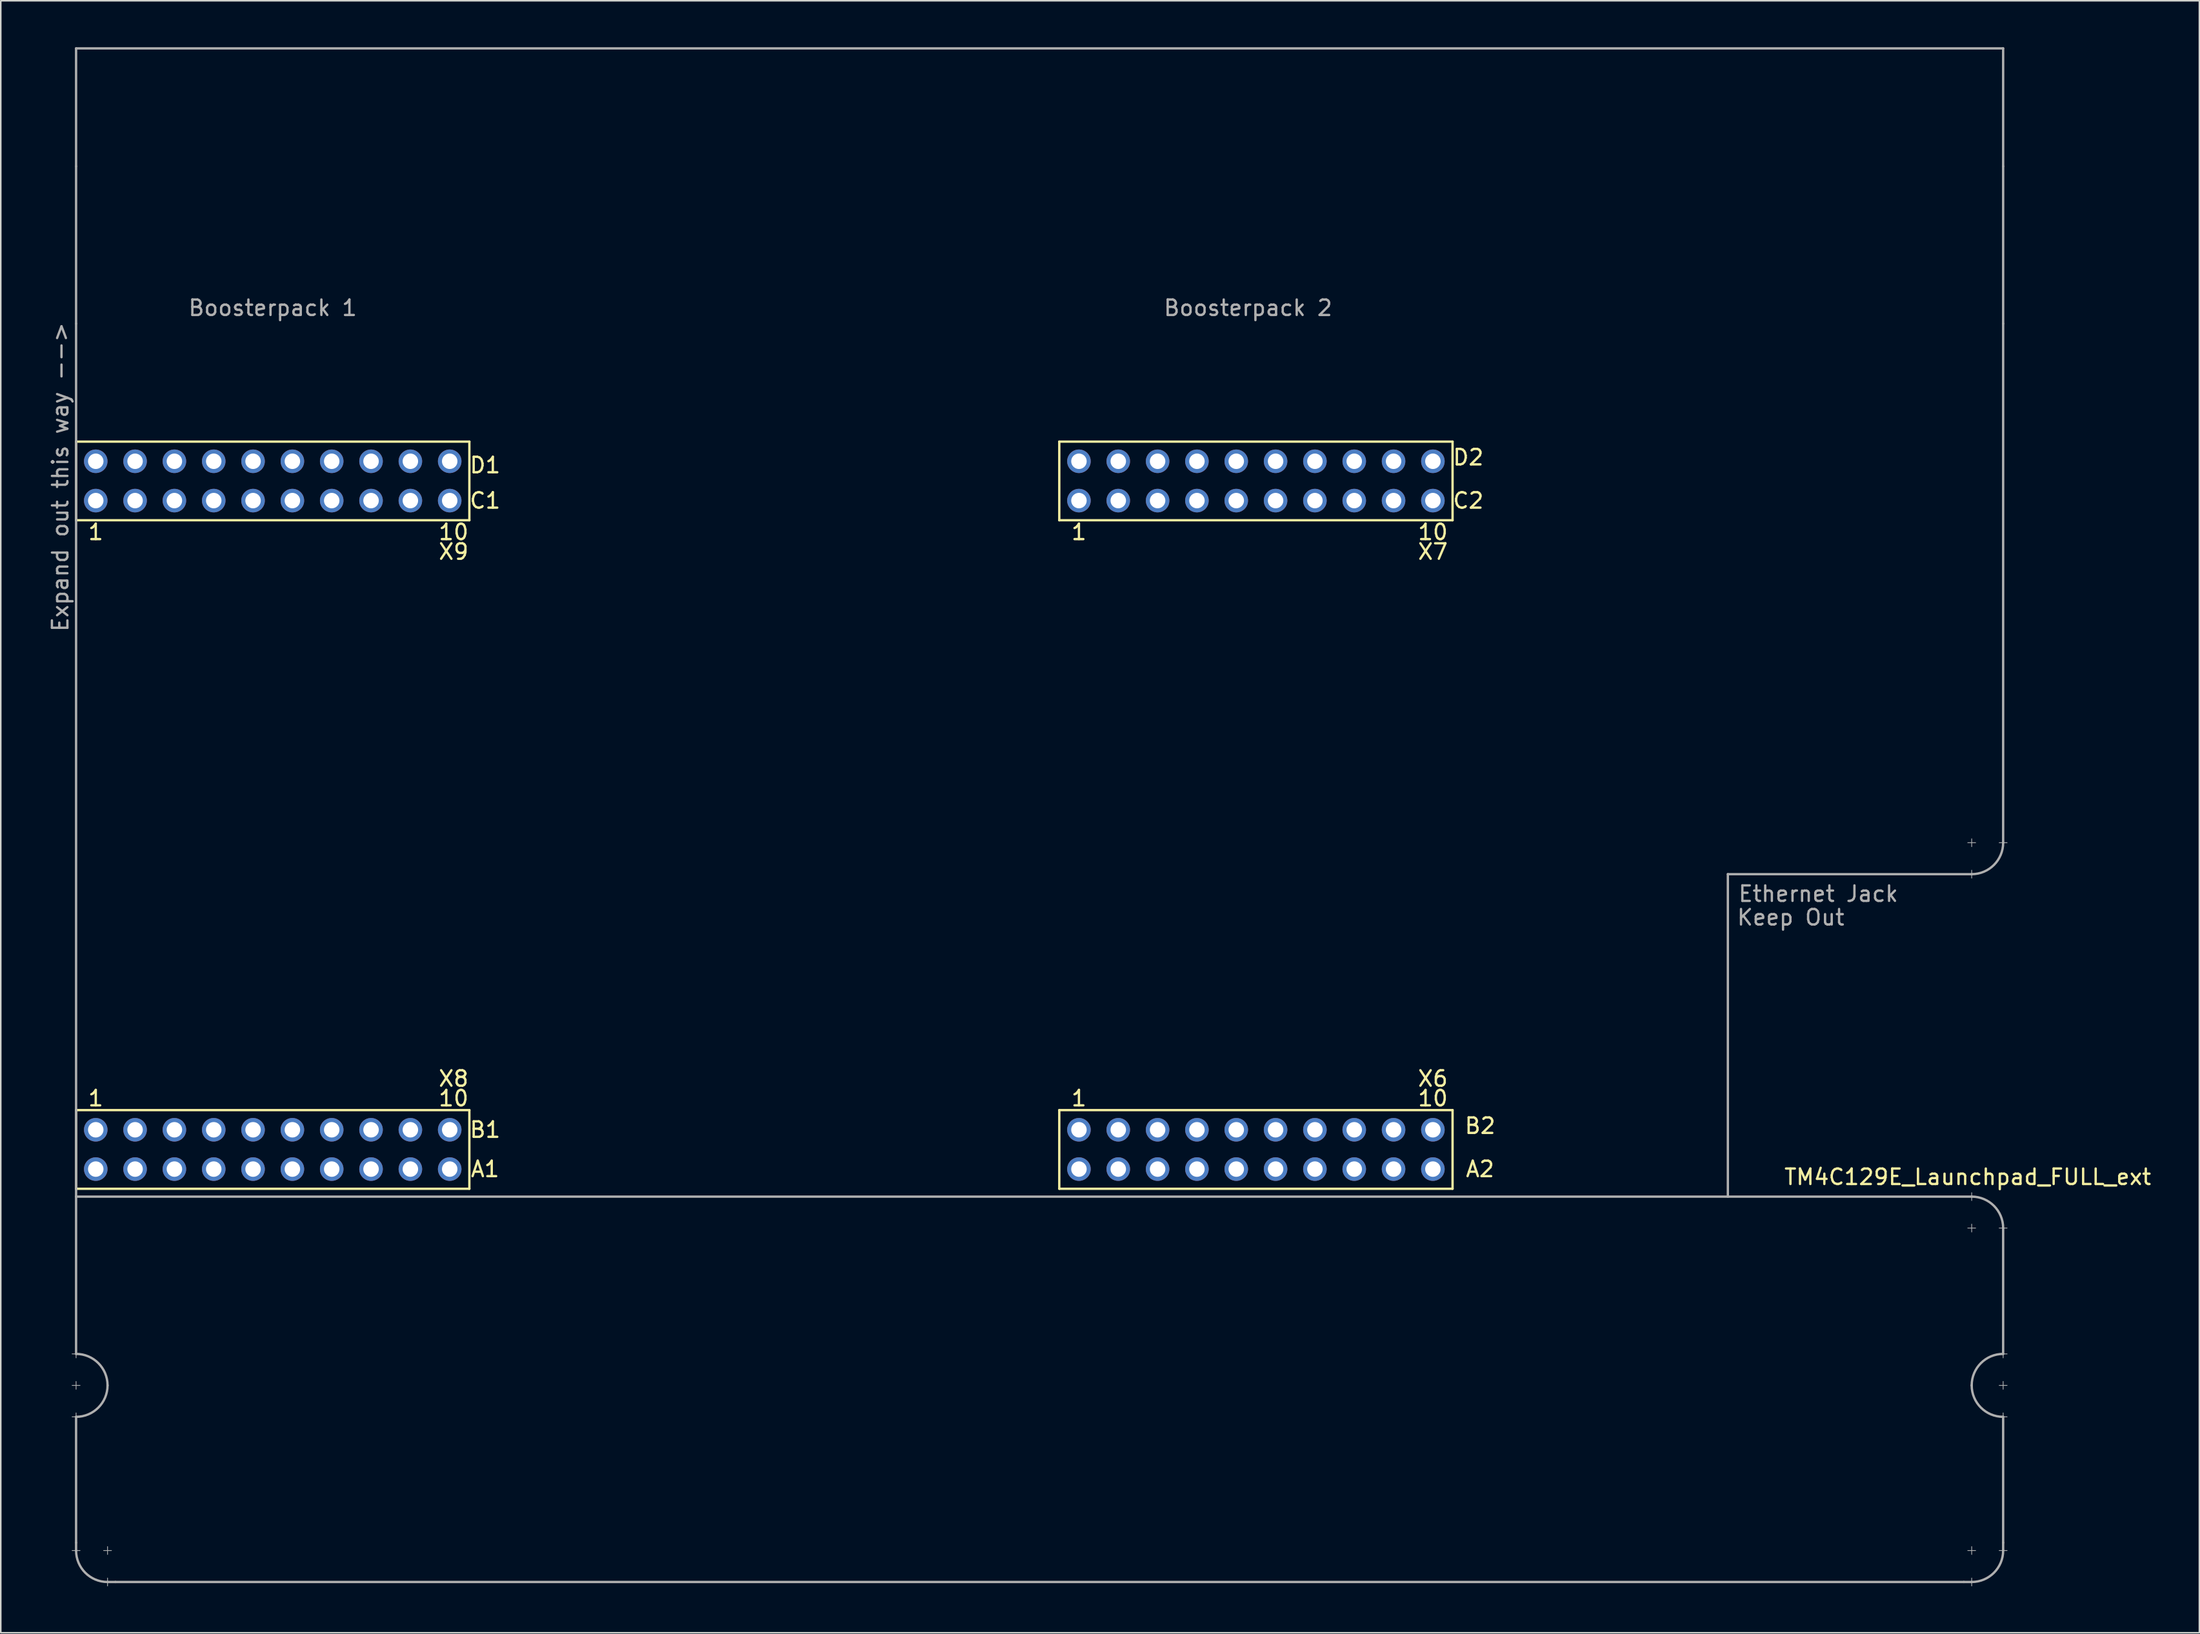
<source format=kicad_pcb>
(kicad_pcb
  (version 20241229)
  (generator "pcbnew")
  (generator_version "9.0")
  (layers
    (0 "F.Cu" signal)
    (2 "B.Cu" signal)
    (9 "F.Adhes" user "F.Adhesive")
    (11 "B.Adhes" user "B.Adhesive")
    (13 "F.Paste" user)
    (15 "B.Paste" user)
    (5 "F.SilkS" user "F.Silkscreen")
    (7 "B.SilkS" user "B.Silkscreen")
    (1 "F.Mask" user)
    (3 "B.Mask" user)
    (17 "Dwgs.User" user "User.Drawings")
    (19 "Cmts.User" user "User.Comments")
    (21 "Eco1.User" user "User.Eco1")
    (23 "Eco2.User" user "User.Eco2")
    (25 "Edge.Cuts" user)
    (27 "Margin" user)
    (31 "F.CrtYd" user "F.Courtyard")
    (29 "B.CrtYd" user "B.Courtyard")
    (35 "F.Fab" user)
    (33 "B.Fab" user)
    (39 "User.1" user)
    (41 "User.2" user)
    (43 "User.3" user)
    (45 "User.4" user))
  (footprint "TM4C129E_Launchpad_FULL_ext"
    (layer "F.Cu")
    (at 1.864 73.735)
    (property "Reference" "TM4C129E_Launchpad_FULL_ext" (at 122.174 -0.762 180) (layer "F.SilkS") (effects (font (size 1 1) (thickness 0.15))))
    (attr through_hole)
    (fp_line (start 0 -48.26) (end 0 -43.18) (stroke (width 0.15) (type solid)) (layer "F.SilkS"))
    (fp_line (start 0 -43.18) (end 25.4 -43.18) (stroke (width 0.15) (type solid)) (layer "F.SilkS"))
    (fp_line (start 0 -5.08) (end 0 0) (stroke (width 0.15) (type solid)) (layer "F.SilkS"))
    (fp_line (start 0 0) (end 25.4 0) (stroke (width 0.15) (type solid)) (layer "F.SilkS"))
    (fp_line (start 25.4 -48.26) (end 0 -48.26) (stroke (width 0.15) (type solid)) (layer "F.SilkS"))
    (fp_line (start 25.4 -43.18) (end 25.4 -48.26) (stroke (width 0.15) (type solid)) (layer "F.SilkS"))
    (fp_line (start 25.4 -5.08) (end 0 -5.08) (stroke (width 0.15) (type solid)) (layer "F.SilkS"))
    (fp_line (start 25.4 0) (end 25.4 -5.08) (stroke (width 0.15) (type solid)) (layer "F.SilkS"))
    (fp_line (start 63.5 -48.26) (end 63.5 -43.18) (stroke (width 0.15) (type solid)) (layer "F.SilkS"))
    (fp_line (start 63.5 -43.18) (end 88.9 -43.18) (stroke (width 0.15) (type solid)) (layer "F.SilkS"))
    (fp_line (start 63.5 -5.08) (end 63.5 0) (stroke (width 0.15) (type solid)) (layer "F.SilkS"))
    (fp_line (start 63.5 0) (end 88.9 0) (stroke (width 0.15) (type solid)) (layer "F.SilkS"))
    (fp_line (start 88.9 -48.26) (end 63.5 -48.26) (stroke (width 0.15) (type solid)) (layer "F.SilkS"))
    (fp_line (start 88.9 -43.18) (end 88.9 -48.26) (stroke (width 0.15) (type solid)) (layer "F.SilkS"))
    (fp_line (start 88.9 -5.08) (end 63.5 -5.08) (stroke (width 0.15) (type solid)) (layer "F.SilkS"))
    (fp_line (start 88.9 0) (end 88.9 -5.08) (stroke (width 0.15) (type solid)) (layer "F.SilkS"))
    (fp_line (start -0.254 10.668) (end 0.254 10.668) (stroke (width 0.05) (type solid)) (layer "F.Fab"))
    (fp_line (start -0.254 12.7) (end 0.254 12.7) (stroke (width 0.05) (type solid)) (layer "F.Fab"))
    (fp_line (start -0.254 14.732) (end 0.254 14.732) (stroke (width 0.05) (type solid)) (layer "F.Fab"))
    (fp_line (start 0 -73.66) (end 124.46 -73.66) (stroke (width 0.15) (type solid)) (layer "F.Fab"))
    (fp_line (start 0 -66.04) (end 0 -73.66) (stroke (width 0.15) (type solid)) (layer "F.Fab"))
    (fp_line (start 0 -55.88) (end 0 -66.04) (stroke (width 0.15) (type solid)) (layer "F.Fab"))
    (fp_line (start 0 -55.88) (end 0 0.508) (stroke (width 0.15) (type solid)) (layer "F.Fab"))
    (fp_line (start 0 0.508) (end 122.428 0.508) (stroke (width 0.15) (type solid)) (layer "F.Fab"))
    (fp_line (start 0 10.414) (end 0 10.922) (stroke (width 0.05) (type solid)) (layer "F.Fab"))
    (fp_line (start 0 10.668) (end 0 0.508) (stroke (width 0.15) (type solid)) (layer "F.Fab"))
    (fp_line (start 0 12.446) (end 0 12.954) (stroke (width 0.05) (type solid)) (layer "F.Fab"))
    (fp_line (start 0 14.478) (end 0 14.986) (stroke (width 0.05) (type solid)) (layer "F.Fab"))
    (fp_line (start 0 22.86) (end 0 14.732) (stroke (width 0.15) (type solid)) (layer "F.Fab"))
    (fp_line (start 0 22.86) (end 0 23.368) (stroke (width 0.15) (type solid)) (layer "F.Fab"))
    (fp_line (start 0.254 23.368) (end -0.254 23.368) (stroke (width 0.05) (type solid)) (layer "F.Fab"))
    (fp_line (start 1.778 23.368) (end 2.286 23.368) (stroke (width 0.05) (type solid)) (layer "F.Fab"))
    (fp_line (start 2.032 23.114) (end 2.032 23.622) (stroke (width 0.05) (type solid)) (layer "F.Fab"))
    (fp_line (start 2.032 25.146) (end 2.032 25.654) (stroke (width 0.05) (type solid)) (layer "F.Fab"))
    (fp_line (start 2.032 25.4) (end 2.54 25.4) (stroke (width 0.15) (type solid)) (layer "F.Fab"))
    (fp_line (start 2.54 25.4) (end 121.92 25.4) (stroke (width 0.15) (type solid)) (layer "F.Fab"))
    (fp_line (start 106.68 -20.32) (end 106.68 0.508) (stroke (width 0.15) (type solid)) (layer "F.Fab"))
    (fp_line (start 121.92 25.4) (end 122.428 25.4) (stroke (width 0.15) (type solid)) (layer "F.Fab"))
    (fp_line (start 122.174 -22.352) (end 122.682 -22.352) (stroke (width 0.05) (type solid)) (layer "F.Fab"))
    (fp_line (start 122.174 2.54) (end 122.682 2.54) (stroke (width 0.05) (type solid)) (layer "F.Fab"))
    (fp_line (start 122.174 23.368) (end 122.682 23.368) (stroke (width 0.05) (type solid)) (layer "F.Fab"))
    (fp_line (start 122.428 -22.606) (end 122.428 -22.098) (stroke (width 0.05) (type solid)) (layer "F.Fab"))
    (fp_line (start 122.428 -20.574) (end 122.428 -20.066) (stroke (width 0.05) (type solid)) (layer "F.Fab"))
    (fp_line (start 122.428 -20.32) (end 106.68 -20.32) (stroke (width 0.15) (type solid)) (layer "F.Fab"))
    (fp_line (start 122.428 0.254) (end 122.428 0.762) (stroke (width 0.05) (type solid)) (layer "F.Fab"))
    (fp_line (start 122.428 2.286) (end 122.428 2.794) (stroke (width 0.05) (type solid)) (layer "F.Fab"))
    (fp_line (start 122.428 23.114) (end 122.428 23.622) (stroke (width 0.05) (type solid)) (layer "F.Fab"))
    (fp_line (start 122.428 25.146) (end 122.428 25.654) (stroke (width 0.05) (type solid)) (layer "F.Fab"))
    (fp_line (start 124.206 -22.352) (end 124.714 -22.352) (stroke (width 0.05) (type solid)) (layer "F.Fab"))
    (fp_line (start 124.206 2.54) (end 124.714 2.54) (stroke (width 0.05) (type solid)) (layer "F.Fab"))
    (fp_line (start 124.206 10.668) (end 124.714 10.668) (stroke (width 0.05) (type solid)) (layer "F.Fab"))
    (fp_line (start 124.206 12.7) (end 124.714 12.7) (stroke (width 0.05) (type solid)) (layer "F.Fab"))
    (fp_line (start 124.206 14.732) (end 124.714 14.732) (stroke (width 0.05) (type solid)) (layer "F.Fab"))
    (fp_line (start 124.206 23.368) (end 124.714 23.368) (stroke (width 0.05) (type solid)) (layer "F.Fab"))
    (fp_line (start 124.46 -73.66) (end 124.46 -66.04) (stroke (width 0.15) (type solid)) (layer "F.Fab"))
    (fp_line (start 124.46 -66.04) (end 124.46 -55.88) (stroke (width 0.15) (type solid)) (layer "F.Fab"))
    (fp_line (start 124.46 -55.88) (end 124.46 -22.352) (stroke (width 0.15) (type solid)) (layer "F.Fab"))
    (fp_line (start 124.46 10.414) (end 124.46 10.922) (stroke (width 0.05) (type solid)) (layer "F.Fab"))
    (fp_line (start 124.46 10.668) (end 124.46 2.54) (stroke (width 0.15) (type solid)) (layer "F.Fab"))
    (fp_line (start 124.46 12.446) (end 124.46 12.954) (stroke (width 0.05) (type solid)) (layer "F.Fab"))
    (fp_line (start 124.46 14.478) (end 124.46 14.986) (stroke (width 0.05) (type solid)) (layer "F.Fab"))
    (fp_line (start 124.46 14.732) (end 124.46 22.86) (stroke (width 0.15) (type solid)) (layer "F.Fab"))
    (fp_line (start 124.46 23.343) (end 124.46 22.86) (stroke (width 0.15) (type solid)) (layer "F.Fab"))
    (fp_arc (start 0 10.668) (mid 1.436841 11.263159) (end 2.032 12.7) (stroke (width 0.15) (type solid)) (layer "F.Fab"))
    (fp_arc (start 2.032 12.7) (mid 1.436841 14.136841) (end 0 14.732) (stroke (width 0.15) (type solid)) (layer "F.Fab"))
    (fp_arc (start 2.032 25.4) (mid 0.595159 24.804841) (end 0 23.368) (stroke (width 0.15) (type solid)) (layer "F.Fab"))
    (fp_arc (start 122.428 0.508) (mid 123.864841 1.103159) (end 124.46 2.54) (stroke (width 0.15) (type solid)) (layer "F.Fab"))
    (fp_arc (start 122.428 12.7) (mid 123.023159 11.263159) (end 124.46 10.668) (stroke (width 0.15) (type solid)) (layer "F.Fab"))
    (fp_arc (start 124.46 -22.352) (mid 123.864841 -20.915159) (end 122.428 -20.32) (stroke (width 0.15) (type solid)) (layer "F.Fab"))
    (fp_arc (start 124.46 14.732) (mid 123.023159 14.136841) (end 122.428 12.7) (stroke (width 0.15) (type solid)) (layer "F.Fab"))
    (fp_arc (start 124.46 23.368) (mid 123.864841 24.804841) (end 122.428 25.4) (stroke (width 0.15) (type solid)) (layer "F.Fab"))
    (fp_text user "1" (at 64.77 -5.842 180) (layer "F.SilkS") (effects (font (size 1 1) (thickness 0.15))))
    (fp_text user "X8" (at 24.384 -7.112 180) (layer "F.SilkS") (effects (font (size 1 1) (thickness 0.15))))
    (fp_text user "B1" (at 26.416 -3.81 180) (layer "F.SilkS") (effects (font (size 1 1) (thickness 0.15))))
    (fp_text user "D1" (at 26.416 -46.736 180) (layer "F.SilkS") (effects (font (size 1 1) (thickness 0.15))))
    (fp_text user "B2" (at 90.678 -4.064 180) (layer "F.SilkS") (effects (font (size 1 1) (thickness 0.15))))
    (fp_text user "C2" (at 89.916 -44.45 180) (layer "F.SilkS") (effects (font (size 1 1) (thickness 0.15))))
    (fp_text user "A2" (at 90.678 -1.27 180) (layer "F.SilkS") (effects (font (size 1 1) (thickness 0.15))))
    (fp_text user "1" (at 1.27 -5.842 180) (layer "F.SilkS") (effects (font (size 1 1) (thickness 0.15))))
    (fp_text user "10" (at 24.384 -5.842 180) (layer "F.SilkS") (effects (font (size 1 1) (thickness 0.15))))
    (fp_text user "1" (at 64.77 -42.418 180) (layer "F.SilkS") (effects (font (size 1 1) (thickness 0.15))))
    (fp_text user "A1" (at 26.416 -1.27 180) (layer "F.SilkS") (effects (font (size 1 1) (thickness 0.15))))
    (fp_text user "10" (at 24.384 -42.418 180) (layer "F.SilkS") (effects (font (size 1 1) (thickness 0.15))))
    (fp_text user "10" (at 87.63 -5.842 180) (layer "F.SilkS") (effects (font (size 1 1) (thickness 0.15))))
    (fp_text user "C1" (at 26.416 -44.45 180) (layer "F.SilkS") (effects (font (size 1 1) (thickness 0.15))))
    (fp_text user "X6" (at 87.63 -7.112 0) (layer "F.SilkS") (effects (font (size 1 1) (thickness 0.15))))
    (fp_text user "X9" (at 24.384 -41.148 180) (layer "F.SilkS") (effects (font (size 1 1) (thickness 0.15))))
    (fp_text user "X7" (at 87.63 -41.148 180) (layer "F.SilkS") (effects (font (size 1 1) (thickness 0.15))))
    (fp_text user "10" (at 87.63 -42.418 180) (layer "F.SilkS") (effects (font (size 1 1) (thickness 0.15))))
    (fp_text user "1" (at 1.27 -42.418 180) (layer "F.SilkS") (effects (font (size 1 1) (thickness 0.15))))
    (fp_text user "D2" (at 89.916 -47.244 0) (layer "F.SilkS") (effects (font (size 1 1) (thickness 0.15))))
    (fp_text user "Boosterpack 2" (at 75.692 -56.896 0) (layer "F.Fab") (effects (font (size 1 1) (thickness 0.15))))
    (fp_text user "Boosterpack 1" (at 12.7 -56.896 0) (layer "F.Fab") (effects (font (size 1 1) (thickness 0.15))))
    (fp_text user "Expand out this way -->" (at -1.016 -45.974 90) (layer "F.Fab") (effects (font (size 1 1) (thickness 0.15))))
    (fp_text user "Keep Out" (at 110.744 -17.526 0) (layer "F.Fab") (effects (font (size 1 1) (thickness 0.15))))
    (fp_text user "Ethernet Jack" (at 112.522 -19.05 0) (layer "F.Fab") (effects (font (size 1 1) (thickness 0.15))))
    (pad "+3V3" thru_hole circle (at 1.27 -1.27 180) (size 1.52 1.52) (drill 1) (layers "*.Cu" "*.Mask" "F.Paste"))
    (pad "+3V3" thru_hole circle (at 64.77 -1.27 180) (size 1.52 1.52) (drill 1) (layers "*.Cu" "*.Mask" "F.Paste"))
    (pad "+5V" thru_hole circle (at 1.27 -3.81 180) (size 1.52 1.52) (drill 1) (layers "*.Cu" "*.Mask" "F.Paste"))
    (pad "+5V" thru_hole circle (at 64.77 -3.81 180) (size 1.52 1.52) (drill 1) (layers "*.Cu" "*.Mask" "F.Paste"))
    (pad "GND" thru_hole circle (at 1.27 -46.99 180) (size 1.52 1.52) (drill 1) (layers "*.Cu" "*.Mask" "F.Paste"))
    (pad "GND" thru_hole circle (at 3.81 -3.81 180) (size 1.52 1.52) (drill 1) (layers "*.Cu" "*.Mask" "F.Paste"))
    (pad "GND" thru_hole circle (at 64.77 -46.99 180) (size 1.52 1.52) (drill 1) (layers "*.Cu" "*.Mask" "F.Paste"))
    (pad "GND" thru_hole circle (at 67.31 -3.81 180) (size 1.52 1.52) (drill 1) (layers "*.Cu" "*.Mask" "F.Paste"))
    (pad "PA4" thru_hole circle (at 85.09 -3.81 180) (size 1.52 1.52) (drill 1) (layers "*.Cu" "*.Mask" "F.Paste"))
    (pad "PA5" thru_hole circle (at 87.63 -3.81 180) (size 1.52 1.52) (drill 1) (layers "*.Cu" "*.Mask" "F.Paste"))
    (pad "PA6" thru_hole circle (at 19.05 -3.81 180) (size 1.52 1.52) (drill 1) (layers "*.Cu" "*.Mask" "F.Paste"))
    (pad "PA7" thru_hole circle (at 72.39 -46.99 180) (size 1.52 1.52) (drill 1) (layers "*.Cu" "*.Mask" "F.Paste"))
    (pad "PB2" thru_hole circle (at 21.59 -1.27 180) (size 1.52 1.52) (drill 1) (layers "*.Cu" "*.Mask" "F.Paste"))
    (pad "PB3" thru_hole circle (at 24.13 -1.27 180) (size 1.52 1.52) (drill 1) (layers "*.Cu" "*.Mask" "F.Paste"))
    (pad "PB4" thru_hole circle (at 69.85 -3.81 180) (size 1.52 1.52) (drill 1) (layers "*.Cu" "*.Mask" "F.Paste"))
    (pad "PB5" thru_hole circle (at 72.39 -3.81 180) (size 1.52 1.52) (drill 1) (layers "*.Cu" "*.Mask" "F.Paste"))
    (pad "PC4" thru_hole circle (at 6.35 -1.27 180) (size 1.52 1.52) (drill 1) (layers "*.Cu" "*.Mask" "F.Paste"))
    (pad "PC5" thru_hole circle (at 8.89 -1.27 180) (size 1.52 1.52) (drill 1) (layers "*.Cu" "*.Mask" "F.Paste"))
    (pad "PC6" thru_hole circle (at 11.43 -1.27 180) (size 1.52 1.52) (drill 1) (layers "*.Cu" "*.Mask" "F.Paste"))
    (pad "PC7" thru_hole circle (at 19.05 -1.27 180) (size 1.52 1.52) (drill 1) (layers "*.Cu" "*.Mask" "F.Paste"))
    (pad "PD0" thru_hole circle (at 16.51 -46.99 180) (size 1.52 1.52) (drill 1) (layers "*.Cu" "*.Mask" "F.Paste"))
    (pad "PD1" thru_hole circle (at 13.97 -46.99 180) (size 1.52 1.52) (drill 1) (layers "*.Cu" "*.Mask" "F.Paste"))
    (pad "PD2" thru_hole circle (at 67.31 -1.27 180) (size 1.52 1.52) (drill 1) (layers "*.Cu" "*.Mask" "F.Paste"))
    (pad "PD3" thru_hole circle (at 16.51 -1.27 180) (size 1.52 1.52) (drill 1) (layers "*.Cu" "*.Mask" "F.Paste"))
    (pad "PD4" thru_hole circle (at 74.93 -1.27 180) (size 1.52 1.52) (drill 1) (layers "*.Cu" "*.Mask" "F.Paste"))
    (pad "PD5" thru_hole circle (at 77.47 -1.27 180) (size 1.52 1.52) (drill 1) (layers "*.Cu" "*.Mask" "F.Paste"))
    (pad "PD7" thru_hole circle (at 16.51 -3.81 180) (size 1.52 1.52) (drill 1) (layers "*.Cu" "*.Mask" "F.Paste"))
    (pad "PE0" thru_hole circle (at 6.35 -3.81 180) (size 1.52 1.52) (drill 1) (layers "*.Cu" "*.Mask" "F.Paste"))
    (pad "PE1" thru_hole circle (at 8.89 -3.81 180) (size 1.52 1.52) (drill 1) (layers "*.Cu" "*.Mask" "F.Paste"))
    (pad "PE2" thru_hole circle (at 11.43 -3.81 180) (size 1.52 1.52) (drill 1) (layers "*.Cu" "*.Mask" "F.Paste"))
    (pad "PE3" thru_hole circle (at 13.97 -3.81 180) (size 1.52 1.52) (drill 1) (layers "*.Cu" "*.Mask" "F.Paste"))
    (pad "PE4" thru_hole circle (at 3.81 -1.27 180) (size 1.52 1.52) (drill 1) (layers "*.Cu" "*.Mask" "F.Paste"))
    (pad "PE5" thru_hole circle (at 13.97 -1.27 180) (size 1.52 1.52) (drill 1) (layers "*.Cu" "*.Mask" "F.Paste"))
    (pad "PF1" thru_hole circle (at 1.27 -44.45 180) (size 1.52 1.52) (drill 1) (layers "*.Cu" "*.Mask" "F.Paste"))
    (pad "PF2" thru_hole circle (at 3.81 -44.45 180) (size 1.52 1.52) (drill 1) (layers "*.Cu" "*.Mask" "F.Paste"))
    (pad "PF3" thru_hole circle (at 6.35 -44.45 180) (size 1.52 1.52) (drill 1) (layers "*.Cu" "*.Mask" "F.Paste"))
    (pad "PG0" thru_hole circle (at 8.89 -44.45 180) (size 1.52 1.52) (drill 1) (layers "*.Cu" "*.Mask" "F.Paste"))
    (pad "PG1" thru_hole circle (at 64.77 -44.45 180) (size 1.52 1.52) (drill 1) (layers "*.Cu" "*.Mask" "F.Paste"))
    (pad "PH0" thru_hole circle (at 80.01 -44.45 180) (size 1.52 1.52) (drill 1) (layers "*.Cu" "*.Mask" "F.Paste"))
    (pad "PH1" thru_hole circle (at 82.55 -44.45 180) (size 1.52 1.52) (drill 1) (layers "*.Cu" "*.Mask" "F.Paste"))
    (pad "PH2" thru_hole circle (at 6.35 -46.99 180) (size 1.52 1.52) (drill 1) (layers "*.Cu" "*.Mask" "F.Paste"))
    (pad "PH3" thru_hole circle (at 8.89 -46.99 180) (size 1.52 1.52) (drill 1) (layers "*.Cu" "*.Mask" "F.Paste"))
    (pad "PK0" thru_hole circle (at 74.93 -3.81 180) (size 1.52 1.52) (drill 1) (layers "*.Cu" "*.Mask" "F.Paste"))
    (pad "PK1" thru_hole circle (at 77.47 -3.81 180) (size 1.52 1.52) (drill 1) (layers "*.Cu" "*.Mask" "F.Paste"))
    (pad "PK2" thru_hole circle (at 80.01 -3.81 180) (size 1.52 1.52) (drill 1) (layers "*.Cu" "*.Mask" "F.Paste"))
    (pad "PK3" thru_hole circle (at 82.55 -3.81 180) (size 1.52 1.52) (drill 1) (layers "*.Cu" "*.Mask" "F.Paste"))
    (pad "PK4" thru_hole circle (at 67.31 -44.45 180) (size 1.52 1.52) (drill 1) (layers "*.Cu" "*.Mask" "F.Paste"))
    (pad "PK5" thru_hole circle (at 69.85 -44.45 180) (size 1.52 1.52) (drill 1) (layers "*.Cu" "*.Mask" "F.Paste"))
    (pad "PK6" thru_hole circle (at 85.09 -44.45 180) (size 1.52 1.52) (drill 1) (layers "*.Cu" "*.Mask" "F.Paste"))
    (pad "PK7" thru_hole circle (at 87.63 -44.45 180) (size 1.52 1.52) (drill 1) (layers "*.Cu" "*.Mask" "F.Paste"))
    (pad "PL0" thru_hole circle (at 16.51 -44.45 180) (size 1.52 1.52) (drill 1) (layers "*.Cu" "*.Mask" "F.Paste"))
    (pad "PL1" thru_hole circle (at 19.05 -44.45 180) (size 1.52 1.52) (drill 1) (layers "*.Cu" "*.Mask" "F.Paste"))
    (pad "PL2" thru_hole circle (at 21.59 -44.45 180) (size 1.52 1.52) (drill 1) (layers "*.Cu" "*.Mask" "F.Paste"))
    (pad "PL3" thru_hole circle (at 24.13 -44.45 180) (size 1.52 1.52) (drill 1) (layers "*.Cu" "*.Mask" "F.Paste"))
    (pad "PL4" thru_hole circle (at 11.43 -44.45 180) (size 1.52 1.52) (drill 1) (layers "*.Cu" "*.Mask" "F.Paste"))
    (pad "PL5" thru_hole circle (at 13.97 -44.45 180) (size 1.52 1.52) (drill 1) (layers "*.Cu" "*.Mask" "F.Paste"))
    (pad "PM0" thru_hole circle (at 72.39 -44.45 180) (size 1.52 1.52) (drill 1) (layers "*.Cu" "*.Mask" "F.Paste"))
    (pad "PM1" thru_hole circle (at 74.93 -44.45 180) (size 1.52 1.52) (drill 1) (layers "*.Cu" "*.Mask" "F.Paste"))
    (pad "PM2" thru_hole circle (at 77.47 -44.45 180) (size 1.52 1.52) (drill 1) (layers "*.Cu" "*.Mask" "F.Paste"))
    (pad "PM3" thru_hole circle (at 3.81 -46.99 180) (size 1.52 1.52) (drill 1) (layers "*.Cu" "*.Mask" "F.Paste"))
    (pad "PM4" thru_hole circle (at 21.59 -3.81 180) (size 1.52 1.52) (drill 1) (layers "*.Cu" "*.Mask" "F.Paste"))
    (pad "PM5" thru_hole circle (at 24.13 -3.81 180) (size 1.52 1.52) (drill 1) (layers "*.Cu" "*.Mask" "F.Paste"))
    (pad "PM6" thru_hole circle (at 87.63 -46.99 180) (size 1.52 1.52) (drill 1) (layers "*.Cu" "*.Mask" "F.Paste"))
    (pad "PM7" thru_hole circle (at 67.31 -46.99 180) (size 1.52 1.52) (drill 1) (layers "*.Cu" "*.Mask" "F.Paste"))
    (pad "PN2" thru_hole circle (at 19.05 -46.99 180) (size 1.52 1.52) (drill 1) (layers "*.Cu" "*.Mask" "F.Paste"))
    (pad "PN3" thru_hole circle (at 21.59 -46.99 180) (size 1.52 1.52) (drill 1) (layers "*.Cu" "*.Mask" "F.Paste"))
    (pad "PN4" thru_hole circle (at 87.63 -1.27 180) (size 1.52 1.52) (drill 1) (layers "*.Cu" "*.Mask" "F.Paste"))
    (pad "PN5" thru_hole circle (at 85.09 -1.27 180) (size 1.52 1.52) (drill 1) (layers "*.Cu" "*.Mask" "F.Paste"))
    (pad "PP0" thru_hole circle (at 69.85 -1.27 180) (size 1.52 1.52) (drill 1) (layers "*.Cu" "*.Mask" "F.Paste"))
    (pad "PP1" thru_hole circle (at 72.39 -1.27 180) (size 1.52 1.52) (drill 1) (layers "*.Cu" "*.Mask" "F.Paste"))
    (pad "PP2" thru_hole circle (at 24.13 -46.99 180) (size 1.52 1.52) (drill 1) (layers "*.Cu" "*.Mask" "F.Paste"))
    (pad "PP3" thru_hole circle (at 82.55 -46.99 180) (size 1.52 1.52) (drill 1) (layers "*.Cu" "*.Mask" "F.Paste"))
    (pad "PP4" thru_hole circle (at 82.55 -1.27 180) (size 1.52 1.52) (drill 1) (layers "*.Cu" "*.Mask" "F.Paste"))
    (pad "PP5" thru_hole circle (at 69.85 -46.99 180) (size 1.52 1.52) (drill 1) (layers "*.Cu" "*.Mask" "F.Paste"))
    (pad "PQ0" thru_hole circle (at 80.01 -1.27 180) (size 1.52 1.52) (drill 1) (layers "*.Cu" "*.Mask" "F.Paste"))
    (pad "PQ1" thru_hole circle (at 85.09 -46.99 180) (size 1.52 1.52) (drill 1) (layers "*.Cu" "*.Mask" "F.Paste"))
    (pad "PQ2" thru_hole circle (at 77.47 -46.99 180) (size 1.52 1.52) (drill 1) (layers "*.Cu" "*.Mask" "F.Paste"))
    (pad "PQ3" thru_hole circle (at 80.01 -46.99 180) (size 1.52 1.52) (drill 1) (layers "*.Cu" "*.Mask" "F.Paste"))
    (pad "Rese" thru_hole circle (at 11.43 -46.99 180) (size 1.52 1.52) (drill 1) (layers "*.Cu" "*.Mask" "F.Paste"))
    (pad "Rese" thru_hole circle (at 74.93 -46.99 180) (size 1.52 1.52) (drill 1) (layers "*.Cu" "*.Mask" "F.Paste")))
  (gr_rect
    (start -3 -3)
    (end 138.997 102.414)
    (stroke (width 0.1) (type default))
    (fill no)
    (layer "Edge.Cuts")))
</source>
